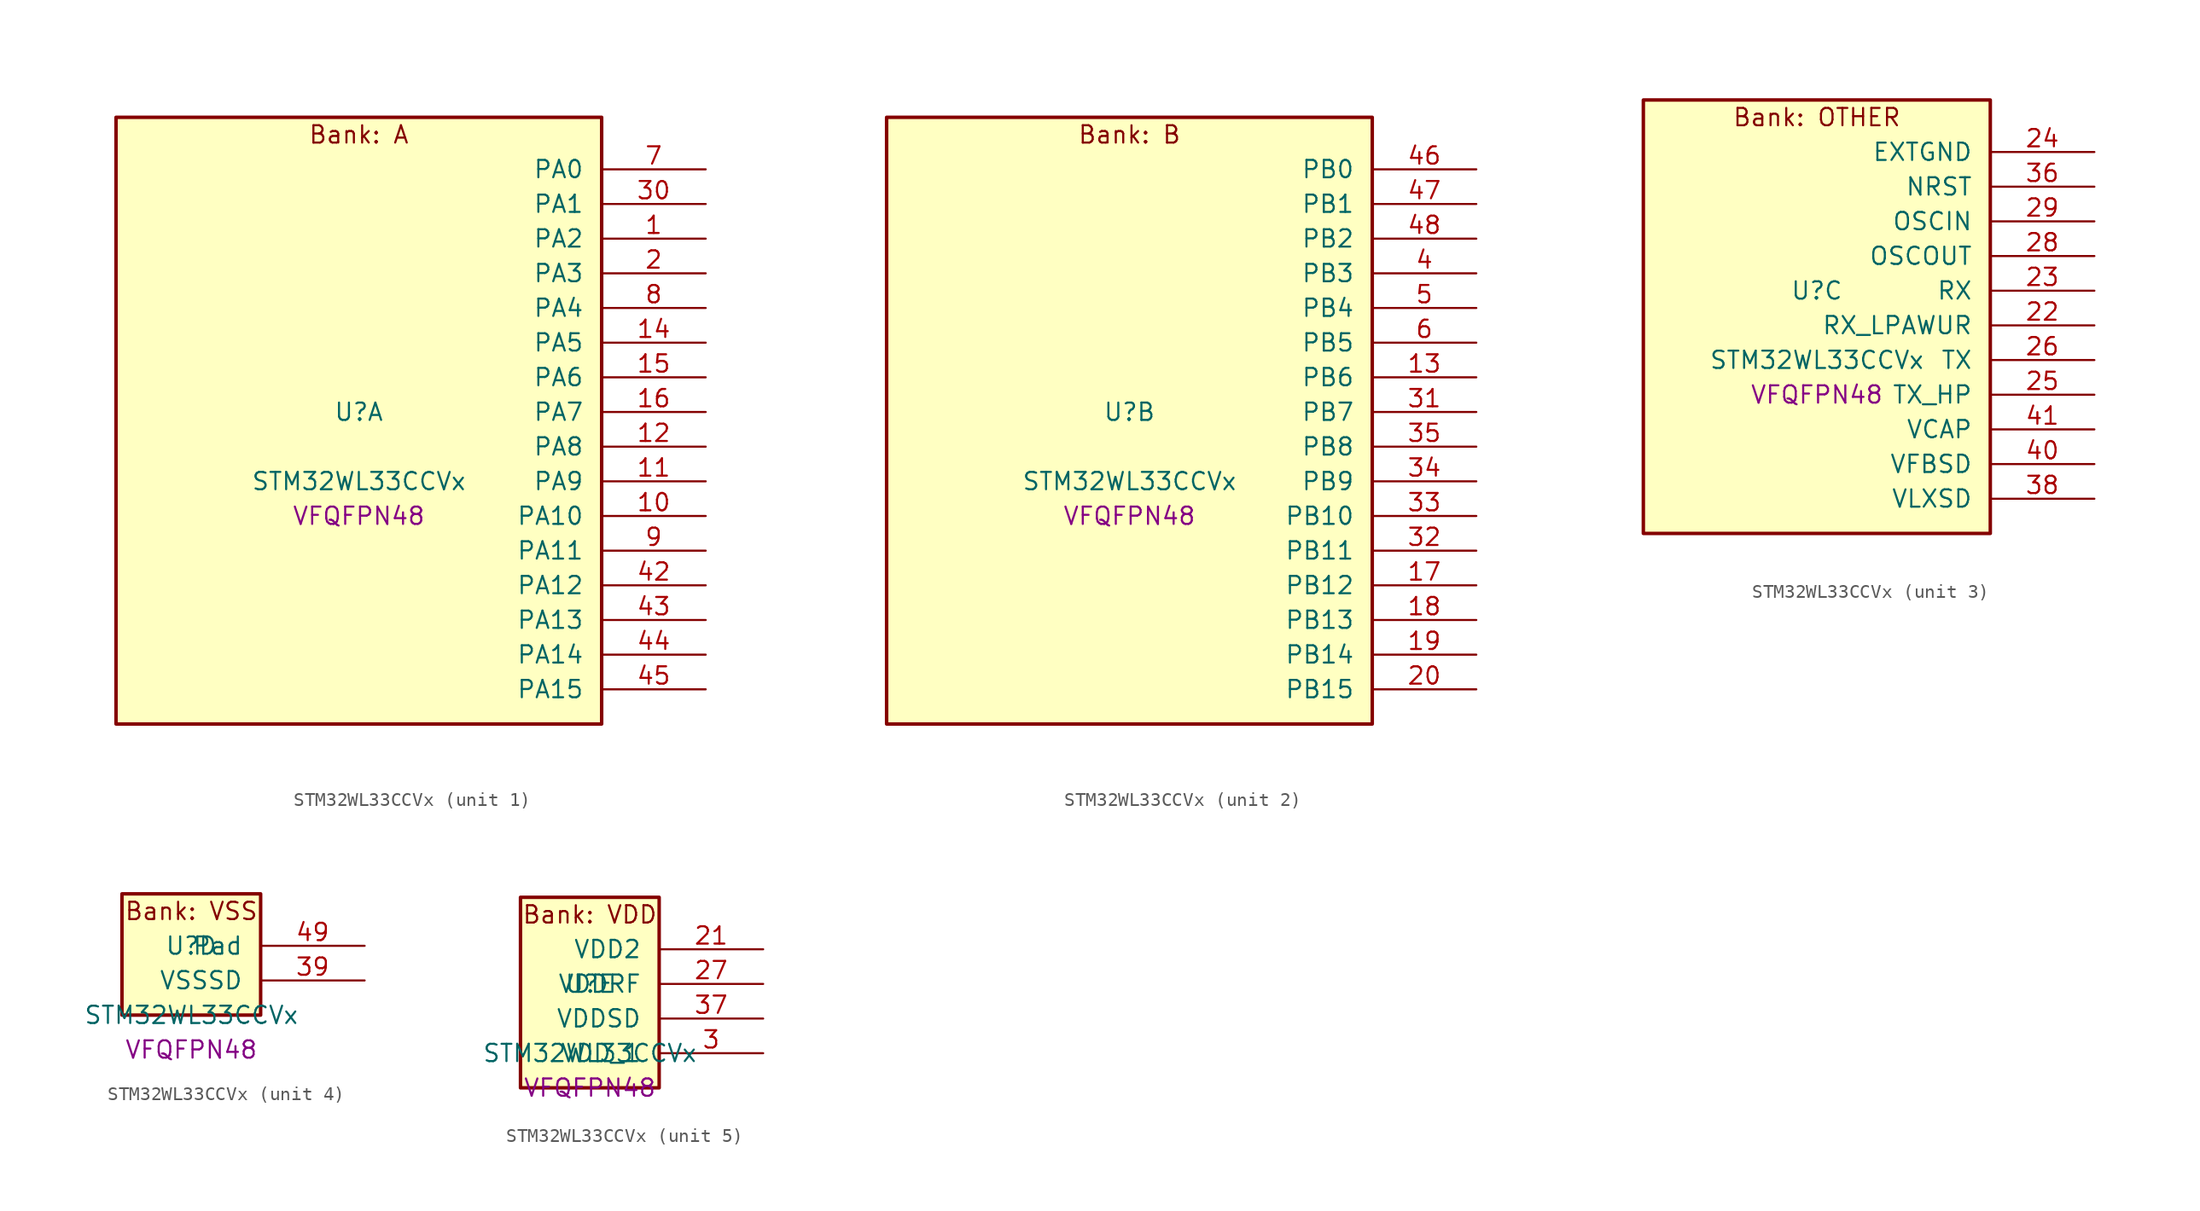
<source format=kicad_sym>
(kicad_symbol_lib
  (version 20241209)
  (generator "stm32_pkl_generator")
  (generator_version "1.0")
  (symbol "STM32WL33CCVx"
    (pin_names
      (offset 1.27))
    (property "Reference" "U"
      (at 0 2.54 0))
    (property "Value" "STM32WL33CCVx"
      (at 0 -2.54 0))
    (property "Footprint" "VFQFPN48"
      (at 0 -5.08 0))
    (symbol "STM32WL33CCVx_1_1"
      (rectangle (start -17.78 24.13) (end 17.78 -20.32) (stroke (width 0.254) (type solid)) (fill (type background)))
      (text "Bank: A" (at 0 22.86 0))
      (pin bidirectional line (at 25.4 20.32 180) (length 7.62) (name "PA0") (number "7") (alternate "PA0/I2C1_SCL" bidirectional line) (alternate "PA0/LCD_COM4" bidirectional line) (alternate "PA0/LCD_SEG12" bidirectional line) (alternate "PA0/PWR_WKUP12" bidirectional line) (alternate "PA0/TIM2_CH3" bidirectional line) (alternate "PA0/USART1_CTS" bidirectional line))
      (pin bidirectional line (at 25.4 17.78 180) (length 7.62) (name "PA1") (number "30") (alternate "PA1/I2C1_SDA" bidirectional line) (alternate "PA1/LCD_SEG0" bidirectional line) (alternate "PA1/PWR_WKUP13" bidirectional line) (alternate "PA1/TIM16_BRK" bidirectional line) (alternate "PA1/TIM2_CH4" bidirectional line) (alternate "PA1/USART1_TX" bidirectional line))
      (pin bidirectional line (at 25.4 15.24 180) (length 7.62) (name "PA2") (number "1") (alternate "PA2/ADC1_VINM2" bidirectional line) (alternate "PA2/DEBUG_SWDIO" bidirectional line) (alternate "PA2/I2S3_MCK" bidirectional line) (alternate "PA2/LCD_SEG1" bidirectional line) (alternate "PA2/PWR_WKUP14" bidirectional line) (alternate "PA2/TIM16_CH1" bidirectional line) (alternate "PA2/TIM2_CH1" bidirectional line) (alternate "PA2/USART1_CK" bidirectional line))
      (pin bidirectional line (at 25.4 12.7 180) (length 7.62) (name "PA3") (number "2") (alternate "PA3/ADC1_VINP2" bidirectional line) (alternate "PA3/DEBUG_SWCLK" bidirectional line) (alternate "PA3/I2S3_CK" bidirectional line) (alternate "PA3/LCD_SEG2" bidirectional line) (alternate "PA3/PWR_WKUP15" bidirectional line) (alternate "PA3/SPI3_SCK" bidirectional line) (alternate "PA3/TIM16_CH1N" bidirectional line) (alternate "PA3/TIM2_CH2" bidirectional line) (alternate "PA3/USART1_DE" bidirectional line) (alternate "PA3/USART1_RTS" bidirectional line))
      (pin bidirectional line (at 25.4 10.16 180) (length 7.62) (name "PA4") (number "8") (alternate "PA4/COMP1_OUT" bidirectional line) (alternate "PA4/LPUART1_TX" bidirectional line) (alternate "PA4/RCC_LCO" bidirectional line) (alternate "PA4/TIM2_CH1" bidirectional line))
      (pin bidirectional line (at 25.4 7.62 180) (length 7.62) (name "PA5") (number "14") (alternate "PA5/LCD_SEG9" bidirectional line) (alternate "PA5/LPUART1_RX" bidirectional line) (alternate "PA5/RCC_MCO" bidirectional line) (alternate "PA5/TIM2_CH2" bidirectional line))
      (pin bidirectional line (at 25.4 5.08 180) (length 7.62) (name "PA6") (number "15") (alternate "PA6/I2C2_SCL" bidirectional line) (alternate "PA6/TIM2_CH1" bidirectional line) (alternate "PA6/USART1_CTS" bidirectional line))
      (pin bidirectional line (at 25.4 2.54 180) (length 7.62) (name "PA7") (number "16") (alternate "PA7/I2C2_SDA" bidirectional line) (alternate "PA7/LPUART1_DE" bidirectional line) (alternate "PA7/LPUART1_RTS" bidirectional line) (alternate "PA7/PWR_WKUP7" bidirectional line) (alternate "PA7/TIM2_CH2" bidirectional line))
      (pin bidirectional line (at 25.4 0 180) (length 7.62) (name "PA8") (number "12") (alternate "PA8/LCD_COM0" bidirectional line) (alternate "PA8/MRSUBG_RX_SEQUENCE" bidirectional line) (alternate "PA8/PWR_WKUP8" bidirectional line) (alternate "PA8/RTC_OUT" bidirectional line) (alternate "PA8/RTC_TAMP1" bidirectional line) (alternate "PA8/RTC_TS" bidirectional line) (alternate "PA8/SPI3_MISO" bidirectional line) (alternate "PA8/TIM2_CH3" bidirectional line) (alternate "PA8/USART1_RX" bidirectional line))
      (pin bidirectional line (at 25.4 -2.54 180) (length 7.62) (name "PA9") (number "11") (alternate "PA9/I2S3_WS" bidirectional line) (alternate "PA9/LCD_SEG3" bidirectional line) (alternate "PA9/PWR_WKUP9" bidirectional line) (alternate "PA9/RTC_OUT" bidirectional line) (alternate "PA9/SPI3_NSS" bidirectional line) (alternate "PA9/TIM2_CH4" bidirectional line) (alternate "PA9/USART1_TX" bidirectional line))
      (pin bidirectional line (at 25.4 -5.08 180) (length 7.62) (name "PA10") (number "10") (alternate "PA10/I2S3_MCK" bidirectional line) (alternate "PA10/LCD_SEG4" bidirectional line) (alternate "PA10/LPUART1_CTS" bidirectional line) (alternate "PA10/MRSUBG_TX_DATA" bidirectional line) (alternate "PA10/MRSUBG_TX_SEQUENCE" bidirectional line) (alternate "PA10/PWR_WKUP10" bidirectional line))
      (pin bidirectional line (at 25.4 -7.62 180) (length 7.62) (name "PA11") (number "9") (alternate "PA11/I2S3_SD" bidirectional line) (alternate "PA11/LCD_SEG5" bidirectional line) (alternate "PA11/MRSUBG_RX_SEQUENCE" bidirectional line) (alternate "PA11/MRSUBG_TX_CLOCK" bidirectional line) (alternate "PA11/PWR_WKUP11" bidirectional line) (alternate "PA11/RCC_MCO" bidirectional line) (alternate "PA11/SPI3_MOSI" bidirectional line))
      (pin bidirectional line (at 25.4 -10.16 180) (length 7.62) (name "PA12") (number "42") (alternate "PA12/DEBUG_SWDIO" bidirectional line) (alternate "PA12/I2C1_SMBA" bidirectional line) (alternate "PA12/SPI1_NSS" bidirectional line) (alternate "PA12/TIM2_CH1" bidirectional line))
      (pin bidirectional line (at 25.4 -12.7 180) (length 7.62) (name "PA13") (number "43") (alternate "PA13/COMP1_INM" bidirectional line) (alternate "PA13/DAC1_OUT1" bidirectional line) (alternate "PA13/DEBUG_SWCLK" bidirectional line) (alternate "PA13/I2C2_SCL" bidirectional line) (alternate "PA13/LCD_SEG10" bidirectional line) (alternate "PA13/SPI1_SCK" bidirectional line) (alternate "PA13/TIM2_ETR" bidirectional line))
      (pin bidirectional line (at 25.4 -15.24 180) (length 7.62) (name "PA14") (number "44") (alternate "PA14/COMP1_INP" bidirectional line) (alternate "PA14/I2C2_SDA" bidirectional line) (alternate "PA14/LCD_SEG11" bidirectional line) (alternate "PA14/LCSC_LCB" bidirectional line) (alternate "PA14/SPI1_MISO" bidirectional line))
      (pin bidirectional line (at 25.4 -17.78 180) (length 7.62) (name "PA15") (number "45") (alternate "PA15/I2C2_SMBA" bidirectional line) (alternate "PA15/SPI1_MOSI" bidirectional line) (alternate "PA15/USART1_RX" bidirectional line)))
    (symbol "STM32WL33CCVx_2_1"
      (rectangle (start -17.78 24.13) (end 17.78 -20.32) (stroke (width 0.254) (type solid)) (fill (type background)))
      (text "Bank: B" (at 0 22.86 0))
      (pin bidirectional line (at 25.4 20.32 180) (length 7.62) (name "PB0") (number "46") (alternate "PB0/ADC1_VINM1" bidirectional line) (alternate "PB0/COMP1_INM" bidirectional line) (alternate "PB0/LCD_COM1" bidirectional line) (alternate "PB0/LPUART1_DE" bidirectional line) (alternate "PB0/LPUART1_RTS" bidirectional line) (alternate "PB0/MRSUBG_ANTENNA_SWITCH" bidirectional line) (alternate "PB0/PWR_WKUP0" bidirectional line) (alternate "PB0/SPI1_NSS" bidirectional line) (alternate "PB0/TIM16_CH1" bidirectional line) (alternate "PB0/USART1_RX" bidirectional line))
      (pin bidirectional line (at 25.4 17.78 180) (length 7.62) (name "PB1") (number "47") (alternate "PB1/ADC1_VINP1" bidirectional line) (alternate "PB1/COMP1_INP" bidirectional line) (alternate "PB1/DEBUG_SWDIO" bidirectional line) (alternate "PB1/LCD_SEG6" bidirectional line) (alternate "PB1/LCSC_LCA" bidirectional line) (alternate "PB1/MRSUBG_RX_DATA" bidirectional line) (alternate "PB1/PWR_WKUP1" bidirectional line) (alternate "PB1/SPI1_SCK" bidirectional line) (alternate "PB1/TIM16_CH1N" bidirectional line) (alternate "PB1/USART1_CK" bidirectional line))
      (pin bidirectional line (at 25.4 15.24 180) (length 7.62) (name "PB2") (number "48") (alternate "PB2/ADC1_VINM0" bidirectional line) (alternate "PB2/COMP1_INP" bidirectional line) (alternate "PB2/DEBUG_SWCLK" bidirectional line) (alternate "PB2/LCD_SEG7" bidirectional line) (alternate "PB2/LCSC_LCT" bidirectional line) (alternate "PB2/MRSUBG_RX_CLOCK" bidirectional line) (alternate "PB2/PWR_WKUP2" bidirectional line) (alternate "PB2/SPI1_MISO" bidirectional line) (alternate "PB2/TIM16_BRK" bidirectional line) (alternate "PB2/USART1_DE" bidirectional line) (alternate "PB2/USART1_RTS" bidirectional line))
      (pin bidirectional line (at 25.4 12.7 180) (length 7.62) (name "PB3") (number "4") (alternate "PB3/ADC1_VINP0" bidirectional line) (alternate "PB3/COMP1_INM" bidirectional line) (alternate "PB3/LCD_SEG8" bidirectional line) (alternate "PB3/LPUART1_TX" bidirectional line) (alternate "PB3/PWR_WKUP3" bidirectional line) (alternate "PB3/SPI1_MOSI" bidirectional line) (alternate "PB3/TIM2_CH4" bidirectional line) (alternate "PB3/USART1_CTS" bidirectional line))
      (pin bidirectional line (at 25.4 10.16 180) (length 7.62) (name "PB4") (number "5") (alternate "PB4/ADC1_VINM3" bidirectional line) (alternate "PB4/DAC1_VCMBUFF" bidirectional line) (alternate "PB4/LCD_COM5" bidirectional line) (alternate "PB4/LCD_SEG13" bidirectional line) (alternate "PB4/LPUART1_TX" bidirectional line) (alternate "PB4/PWR_WKUP4" bidirectional line) (alternate "PB4/SPI3_MISO" bidirectional line))
      (pin bidirectional line (at 25.4 7.62 180) (length 7.62) (name "PB5") (number "6") (alternate "PB5/ADC1_VINP3" bidirectional line) (alternate "PB5/I2S3_WS" bidirectional line) (alternate "PB5/LCD_COM6" bidirectional line) (alternate "PB5/LCD_SEG14" bidirectional line) (alternate "PB5/LPUART1_RX" bidirectional line) (alternate "PB5/PWR_WKUP5" bidirectional line) (alternate "PB5/SPI3_NSS" bidirectional line))
      (pin bidirectional line (at 25.4 5.08 180) (length 7.62) (name "PB6") (number "13") (alternate "PB6/COMP1_OUT" bidirectional line) (alternate "PB6/I2C1_SCL" bidirectional line) (alternate "PB6/I2S3_CK" bidirectional line) (alternate "PB6/LCD_COM7" bidirectional line) (alternate "PB6/LCD_SEG15" bidirectional line) (alternate "PB6/LPUART1_TX" bidirectional line) (alternate "PB6/PWR_WKUP6" bidirectional line) (alternate "PB6/SPI3_SCK" bidirectional line) (alternate "PB6/TIM2_CH3" bidirectional line))
      (pin bidirectional line (at 25.4 2.54 180) (length 7.62) (name "PB7") (number "31") (alternate "PB7/I2C1_SDA" bidirectional line) (alternate "PB7/I2S3_SD" bidirectional line) (alternate "PB7/LCD_COM2" bidirectional line) (alternate "PB7/LPUART1_RX" bidirectional line) (alternate "PB7/PWR_WKUP7" bidirectional line) (alternate "PB7/SPI3_MOSI" bidirectional line) (alternate "PB7/TIM2_ETR" bidirectional line))
      (pin bidirectional line (at 25.4 0 180) (length 7.62) (name "PB8") (number "35") (alternate "PB8/LPUART1_RX" bidirectional line) (alternate "PB8/SPI1_MISO" bidirectional line) (alternate "PB8/TIM2_CH4" bidirectional line) (alternate "PB8/USART1_CK" bidirectional line))
      (pin bidirectional line (at 25.4 -2.54 180) (length 7.62) (name "PB9") (number "34") (alternate "PB9/LPUART1_CTS" bidirectional line) (alternate "PB9/SPI1_MOSI" bidirectional line) (alternate "PB9/USART1_TX" bidirectional line))
      (pin bidirectional line (at 25.4 -5.08 180) (length 7.62) (name "PB10") (number "33") (alternate "PB10/I2C1_SDA" bidirectional line) (alternate "PB10/SPI1_NSS" bidirectional line) (alternate "PB10/TIM2_CH2" bidirectional line))
      (pin bidirectional line (at 25.4 -7.62 180) (length 7.62) (name "PB11") (number "32") (alternate "PB11/I2C1_SCL" bidirectional line) (alternate "PB11/SPI1_SCK" bidirectional line) (alternate "PB11/TIM2_CH1" bidirectional line) (alternate "PB11/USART1_DE" bidirectional line) (alternate "PB11/USART1_RTS" bidirectional line))
      (pin bidirectional line (at 25.4 -10.16 180) (length 7.62) (name "PB12") (number "17") (alternate "PB12/LPUART1_CTS" bidirectional line) (alternate "PB12/RCC_LCO" bidirectional line) (alternate "PB12/RCC_OSC32_OUT" bidirectional line) (alternate "PB12/TIM2_CH3" bidirectional line) (alternate "PB12/USART1_DE" bidirectional line) (alternate "PB12/USART1_RTS" bidirectional line))
      (pin bidirectional line (at 25.4 -12.7 180) (length 7.62) (name "PB13") (number "18") (alternate "PB13/I2C2_SMBA" bidirectional line) (alternate "PB13/RCC_OSC32_IN" bidirectional line) (alternate "PB13/TIM2_CH4" bidirectional line))
      (pin bidirectional line (at 25.4 -15.24 180) (length 7.62) (name "PB14") (number "19") (alternate "PB14/I2C1_SMBA" bidirectional line) (alternate "PB14/LCD_COM3" bidirectional line) (alternate "PB14/MRSUBG_TX_SEQUENCE" bidirectional line) (alternate "PB14/PWR_PVD_IN" bidirectional line) (alternate "PB14/RCC_MCO" bidirectional line) (alternate "PB14/TIM2_ETR" bidirectional line) (alternate "PB14/USART1_RX" bidirectional line))
      (pin bidirectional line (at 25.4 -17.78 180) (length 7.62) (name "PB15") (number "20") (alternate "PB15/COMP1_OUT" bidirectional line) (alternate "PB15/LCD_VLCD" bidirectional line) (alternate "PB15/USART1_TX" bidirectional line)))
    (symbol "STM32WL33CCVx_3_1"
      (rectangle (start -12.7 16.51) (end 12.7 -15.24) (stroke (width 0.254) (type solid)) (fill (type background)))
      (text "Bank: OTHER" (at 0 15.24 0))
      (pin power_in line (at 20.32 12.7 180) (length 7.62) (name "EXTGND") (number "24"))
      (pin input line (at 20.32 10.16 180) (length 7.62) (name "NRST") (number "36"))
      (pin bidirectional line (at 20.32 7.62 180) (length 7.62) (name "OSCIN") (number "29") (alternate "OSCIN/RCC_OSC_IN" bidirectional line))
      (pin bidirectional line (at 20.32 5.08 180) (length 7.62) (name "OSCOUT") (number "28") (alternate "OSCOUT/RCC_OSC_OUT" bidirectional line))
      (pin input line (at 20.32 2.54 180) (length 7.62) (name "RX") (number "23"))
      (pin input line (at 20.32 0 180) (length 7.62) (name "RX_LPAWUR") (number "22"))
      (pin input line (at 20.32 -2.54 180) (length 7.62) (name "TX") (number "26"))
      (pin input line (at 20.32 -5.08 180) (length 7.62) (name "TX_HP") (number "25"))
      (pin power_in line (at 20.32 -7.62 180) (length 7.62) (name "VCAP") (number "41"))
      (pin power_in line (at 20.32 -10.16 180) (length 7.62) (name "VFBSD") (number "40"))
      (pin power_in line (at 20.32 -12.7 180) (length 7.62) (name "VLXSD") (number "38")))
    (symbol "STM32WL33CCVx_4_1"
      (rectangle (start -5.08 6.35) (end 5.08 -2.54) (stroke (width 0.254) (type solid)) (fill (type background)))
      (text "Bank: VSS" (at 0 5.08 0))
      (pin passive line (at 12.7 2.54 180) (length 7.62) (name "Pad") (number "49"))
      (pin power_in line (at 12.7 0 180) (length 7.62) (name "VSSSD") (number "39")))
    (symbol "STM32WL33CCVx_5_1"
      (rectangle (start -5.08 8.89) (end 5.08 -5.08) (stroke (width 0.254) (type solid)) (fill (type background)))
      (text "Bank: VDD" (at 0 7.62 0))
      (pin power_in line (at 12.7 5.08 180) (length 7.62) (name "VDD2") (number "21"))
      (pin power_in line (at 12.7 2.54 180) (length 7.62) (name "VDDRF") (number "27"))
      (pin power_in line (at 12.7 0 180) (length 7.62) (name "VDDSD") (number "37"))
      (pin power_in line (at 12.7 -2.54 180) (length 7.62) (name "VDD_1") (number "3")))))
</source>
